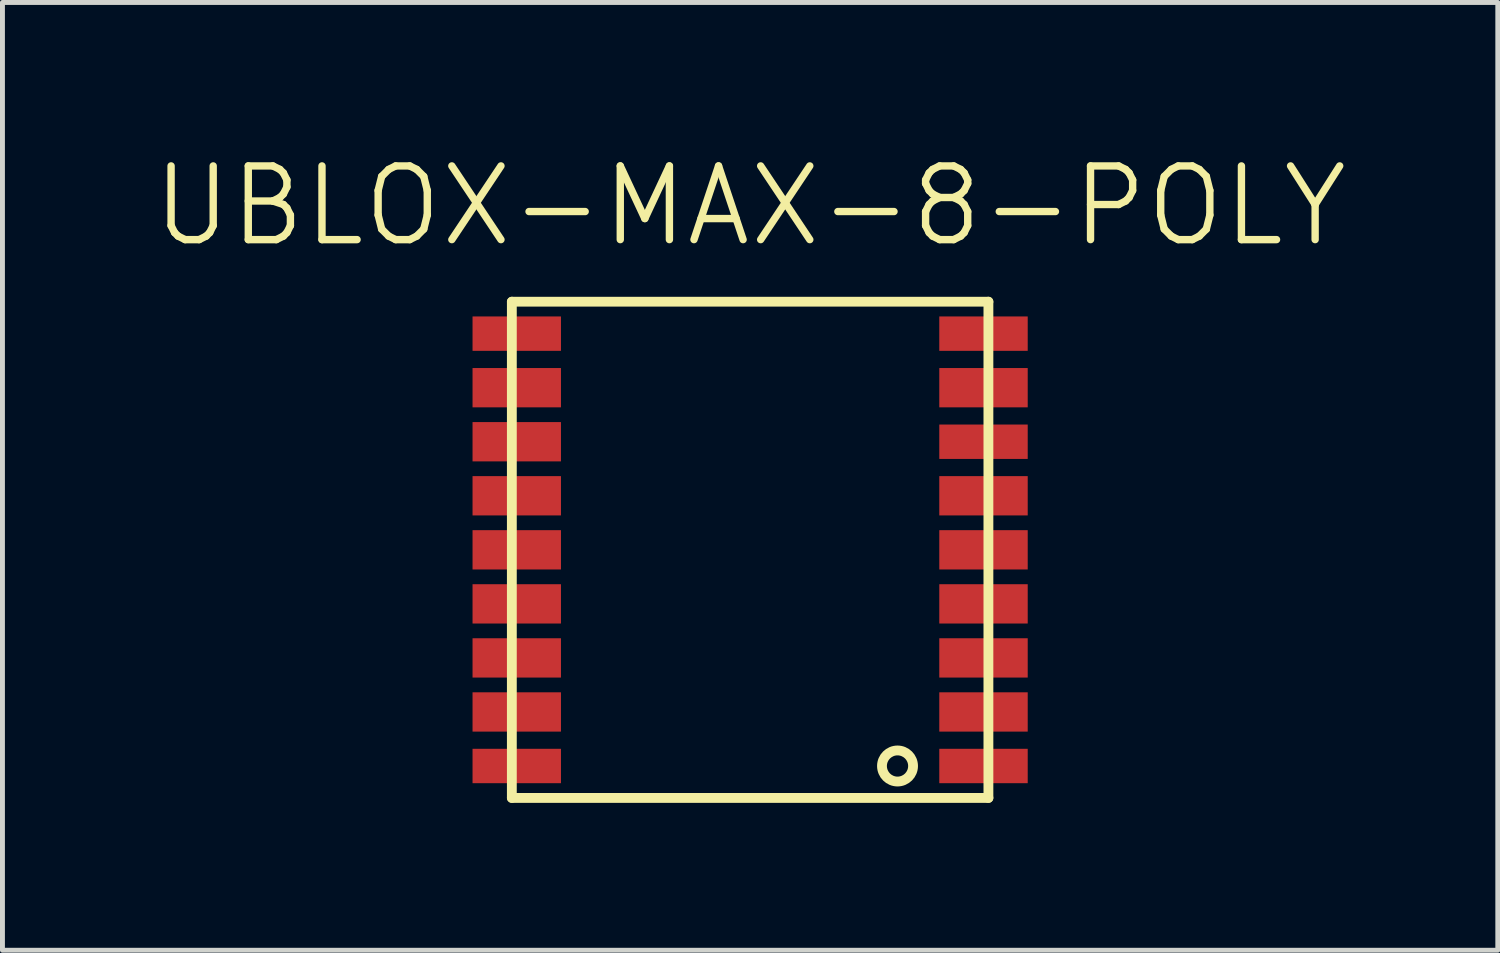
<source format=kicad_pcb>
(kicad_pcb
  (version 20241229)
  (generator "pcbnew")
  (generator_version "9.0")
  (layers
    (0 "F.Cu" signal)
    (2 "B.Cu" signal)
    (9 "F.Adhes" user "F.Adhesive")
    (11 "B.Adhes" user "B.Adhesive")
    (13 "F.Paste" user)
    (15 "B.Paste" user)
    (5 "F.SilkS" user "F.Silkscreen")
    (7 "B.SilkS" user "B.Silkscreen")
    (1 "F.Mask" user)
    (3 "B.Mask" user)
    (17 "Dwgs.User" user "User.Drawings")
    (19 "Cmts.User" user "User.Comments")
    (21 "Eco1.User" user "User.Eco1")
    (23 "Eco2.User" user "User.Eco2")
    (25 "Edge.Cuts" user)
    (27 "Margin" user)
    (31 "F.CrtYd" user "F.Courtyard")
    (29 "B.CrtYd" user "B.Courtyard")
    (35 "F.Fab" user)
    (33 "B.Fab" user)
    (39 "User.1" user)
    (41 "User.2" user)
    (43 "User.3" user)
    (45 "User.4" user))
  (footprint "UBLOX-MAX-8-POLY"
    (layer "F.Cu")
    (at 12.218 8.141)
    (property "Reference" "UBLOX-MAX-8-POLY" (at 0 -7 0) (layer "F.SilkS") (effects (font (size 1.5 1.5) (thickness 0.15))))
    (attr through_hole)
    (fp_line (start -4.85 -5.05) (end 4.85 -5.05) (stroke (width 0.2) (type solid)) (layer "F.SilkS"))
    (fp_line (start -4.85 5.05) (end -4.85 -5.05) (stroke (width 0.2) (type solid)) (layer "F.SilkS"))
    (fp_line (start 4.85 -5.05) (end 4.85 5.05) (stroke (width 0.2) (type solid)) (layer "F.SilkS"))
    (fp_line (start 4.85 5.05) (end -4.85 5.05) (stroke (width 0.2) (type solid)) (layer "F.SilkS"))
    (fp_circle (center 3 4.4) (end 2.7 4.3) (stroke (width 0.2) (type solid)) (fill no) (layer "F.SilkS"))
    (fp_poly (pts (xy -6.25 -4.05) (xy -4.85 -4.05) (xy -4.85 -4.15) (xy -3.95 -4.15) (xy -3.95 -4.65) (xy -4.85 -4.65) (xy -4.85 -4.75) (xy -6.25 -4.75) (xy -6.25 -4.05)) (stroke (width 0.00014) (type solid)) (fill yes) (layer "F.Paste"))
    (fp_poly (pts (xy -6.25 -2.9) (xy -4.85 -2.9) (xy -4.85 -3) (xy -3.95 -3) (xy -3.95 -3.6) (xy -4.85 -3.6) (xy -4.85 -3.7) (xy -6.25 -3.7) (xy -6.25 -2.9)) (stroke (width 0.00014) (type solid)) (fill yes) (layer "F.Paste"))
    (fp_poly (pts (xy -6.25 -1.8) (xy -4.85 -1.8) (xy -4.85 -1.9) (xy -3.95 -1.9) (xy -3.95 -2.5) (xy -4.85 -2.5) (xy -4.85 -2.6) (xy -6.25 -2.6) (xy -6.25 -1.8)) (stroke (width 0.00014) (type solid)) (fill yes) (layer "F.Paste"))
    (fp_poly (pts (xy -6.25 -0.7) (xy -4.85 -0.7) (xy -4.85 -0.8) (xy -3.95 -0.8) (xy -3.95 -1.4) (xy -4.85 -1.4) (xy -4.85 -1.5) (xy -6.25 -1.5) (xy -6.25 -0.7)) (stroke (width 0.00014) (type solid)) (fill yes) (layer "F.Paste"))
    (fp_poly (pts (xy -6.25 0.4) (xy -4.85 0.4) (xy -4.85 0.3) (xy -3.95 0.3) (xy -3.95 -0.3) (xy -4.85 -0.3) (xy -4.85 -0.4) (xy -6.25 -0.4) (xy -6.25 0.4)) (stroke (width 0.00014) (type solid)) (fill yes) (layer "F.Paste"))
    (fp_poly (pts (xy -6.25 1.5) (xy -4.85 1.5) (xy -4.85 1.4) (xy -3.95 1.4) (xy -3.95 0.8) (xy -4.85 0.8) (xy -4.85 0.7) (xy -6.25 0.7) (xy -6.25 1.5)) (stroke (width 0.00014) (type solid)) (fill yes) (layer "F.Paste"))
    (fp_poly (pts (xy -6.25 2.6) (xy -4.85 2.6) (xy -4.85 2.5) (xy -3.95 2.5) (xy -3.95 1.9) (xy -4.85 1.9) (xy -4.85 1.8) (xy -6.25 1.8) (xy -6.25 2.6)) (stroke (width 0.00014) (type solid)) (fill yes) (layer "F.Paste"))
    (fp_poly (pts (xy -6.25 3.7) (xy -4.85 3.7) (xy -4.85 3.6) (xy -3.95 3.6) (xy -3.95 3) (xy -4.85 3) (xy -4.85 2.9) (xy -6.25 2.9) (xy -6.25 3.7)) (stroke (width 0.00014) (type solid)) (fill yes) (layer "F.Paste"))
    (fp_poly (pts (xy -6.25 4.05) (xy -4.85 4.05) (xy -4.85 4.15) (xy -3.95 4.15) (xy -3.95 4.65) (xy -4.85 4.65) (xy -4.85 4.75) (xy -6.25 4.75) (xy -6.25 4.05)) (stroke (width 0.00014) (type solid)) (fill yes) (layer "F.Paste"))
    (fp_poly (pts (xy 3.95 -4.65) (xy 3.95 -4.15) (xy 4.85 -4.15) (xy 4.85 -4.05) (xy 6.25 -4.05) (xy 6.25 -4.75) (xy 4.85 -4.75) (xy 4.85 -4.65) (xy 3.95 -4.65)) (stroke (width 0.00014) (type solid)) (fill yes) (layer "F.Paste"))
    (fp_poly (pts (xy 3.95 -3.6) (xy 3.95 -3) (xy 4.85 -3) (xy 4.85 -2.9) (xy 6.25 -2.9) (xy 6.25 -3.7) (xy 4.85 -3.7) (xy 4.85 -3.6) (xy 3.95 -3.6)) (stroke (width 0.00014) (type solid)) (fill yes) (layer "F.Paste"))
    (fp_poly (pts (xy 3.95 -2.45) (xy 3.95 -1.95) (xy 4.85 -1.95) (xy 4.85 -1.85) (xy 6.25 -1.85) (xy 6.25 -2.55) (xy 4.85 -2.55) (xy 4.85 -2.45) (xy 3.95 -2.45)) (stroke (width 0.00014) (type solid)) (fill yes) (layer "F.Paste"))
    (fp_poly (pts (xy 3.95 -1.4) (xy 3.95 -0.8) (xy 4.85 -0.8) (xy 4.85 -0.7) (xy 6.25 -0.7) (xy 6.25 -1.5) (xy 4.85 -1.5) (xy 4.85 -1.4) (xy 3.95 -1.4)) (stroke (width 0.00014) (type solid)) (fill yes) (layer "F.Paste"))
    (fp_poly (pts (xy 3.95 0.3) (xy 4.85 0.3) (xy 4.85 0.4) (xy 6.25 0.4) (xy 6.25 -0.4) (xy 4.85 -0.4) (xy 4.85 -0.3) (xy 3.95 -0.3) (xy 3.95 0.3)) (stroke (width 0.00014) (type solid)) (fill yes) (layer "F.Paste"))
    (fp_poly (pts (xy 3.95 0.8) (xy 3.95 1.4) (xy 4.85 1.4) (xy 4.85 1.5) (xy 6.25 1.5) (xy 6.25 0.7) (xy 4.85 0.7) (xy 4.85 0.8) (xy 3.95 0.8)) (stroke (width 0.00014) (type solid)) (fill yes) (layer "F.Paste"))
    (fp_poly (pts (xy 3.95 1.9) (xy 3.95 2.5) (xy 4.85 2.5) (xy 4.85 2.6) (xy 6.25 2.6) (xy 6.25 1.8) (xy 4.85 1.8) (xy 4.85 1.9) (xy 3.95 1.9)) (stroke (width 0.00014) (type solid)) (fill yes) (layer "F.Paste"))
    (fp_poly (pts (xy 3.95 3) (xy 3.95 3.6) (xy 4.85 3.6) (xy 4.85 3.7) (xy 6.25 3.7) (xy 6.25 2.9) (xy 4.85 2.9) (xy 4.85 3) (xy 3.95 3)) (stroke (width 0.00014) (type solid)) (fill yes) (layer "F.Paste"))
    (fp_poly (pts (xy 3.95 4.15) (xy 3.95 4.65) (xy 4.85 4.65) (xy 4.85 4.75) (xy 6.25 4.75) (xy 6.25 4.05) (xy 4.85 4.05) (xy 4.85 4.15) (xy 3.95 4.15)) (stroke (width 0.00014) (type solid)) (fill yes) (layer "F.Paste"))
    (pad "1" smd rect (at 4.75 4.4) (size 1.8 0.7) (layers "F.Cu" "F.Mask"))
    (pad "2" smd rect (at 4.75 3.3) (size 1.8 0.8) (layers "F.Cu" "F.Mask"))
    (pad "3" smd rect (at 4.75 2.2) (size 1.8 0.8) (layers "F.Cu" "F.Mask"))
    (pad "4" smd rect (at 4.75 1.1) (size 1.8 0.8) (layers "F.Cu" "F.Mask"))
    (pad "5" smd rect (at 4.75 0) (size 1.8 0.8) (layers "F.Cu" "F.Mask"))
    (pad "6" smd rect (at 4.75 -1.1) (size 1.8 0.8) (layers "F.Cu" "F.Mask"))
    (pad "7" smd rect (at 4.75 -2.2) (size 1.8 0.7) (layers "F.Cu" "F.Mask"))
    (pad "8" smd rect (at 4.75 -3.3) (size 1.8 0.8) (layers "F.Cu" "F.Mask"))
    (pad "9" smd rect (at 4.75 -4.4) (size 1.8 0.7) (layers "F.Cu" "F.Mask"))
    (pad "10" smd rect (at -4.75 -4.4) (size 1.8 0.7) (layers "F.Cu" "F.Mask"))
    (pad "11" smd rect (at -4.75 -3.3) (size 1.8 0.8) (layers "F.Cu" "F.Mask"))
    (pad "12" smd rect (at -4.75 -2.2) (size 1.8 0.8) (layers "F.Cu" "F.Mask"))
    (pad "13" smd rect (at -4.75 -1.1) (size 1.8 0.8) (layers "F.Cu" "F.Mask"))
    (pad "14" smd rect (at -4.75 0) (size 1.8 0.8) (layers "F.Cu" "F.Mask"))
    (pad "15" smd rect (at -4.75 1.1) (size 1.8 0.8) (layers "F.Cu" "F.Mask"))
    (pad "16" smd rect (at -4.75 2.2) (size 1.8 0.8) (layers "F.Cu" "F.Mask"))
    (pad "17" smd rect (at -4.75 3.3) (size 1.8 0.8) (layers "F.Cu" "F.Mask"))
    (pad "18" smd rect (at -4.75 4.4) (size 1.8 0.7) (layers "F.Cu" "F.Mask")))
  (gr_rect
    (start -3 -3)
    (end 27.436 16.291)
    (stroke (width 0.1) (type default))
    (fill no)
    (layer "Edge.Cuts")))
</source>
